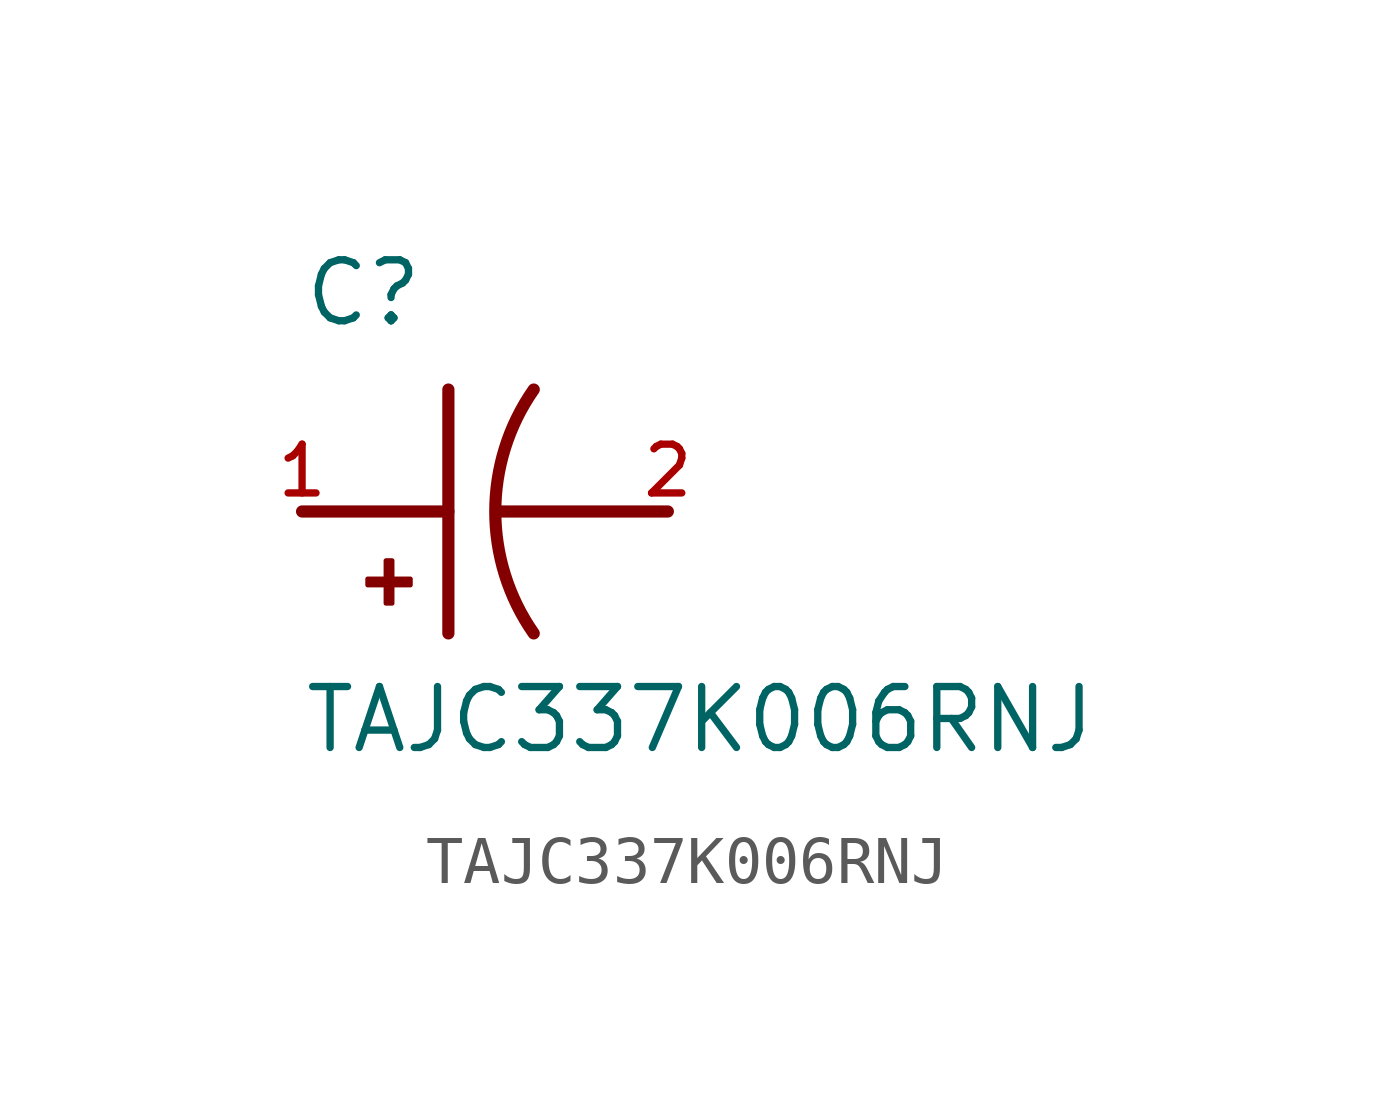
<source format=kicad_sym>
(kicad_symbol_lib
  (version 20211014)
  (generator kicad_symbol_editor)
  (symbol "TAJC337K006RNJ"
    (pin_names
      (offset 1.016))
    (property "Reference" "C"
      (at -5.08 3.81 0)
      (effects (font (size 1.27 1.27)) (justify bottom left)))
    (property "Value" "TAJC337K006RNJ"
      (at -5.08 -5.08 0)
      (effects (font (size 1.27 1.27)) (justify bottom left)))
    (symbol "TAJC337K006RNJ_0_0"
      (arc (start -0.254 -2.54) (mid -1.0549 -0.0) (end -0.254 2.54) (stroke (width 0.254) (type default) (color 0 0 0 0)) (fill (type none)))
      (polyline (pts (xy -1.016 0.0) (xy 2.54 0.0)) (stroke (width 0.254)))
      (polyline (pts (xy -5.08 0.0) (xy -2.032 0.0)) (stroke (width 0.254)))
      (polyline (pts (xy -2.032 2.54) (xy -2.032 -2.54)) (stroke (width 0.254)))
      (rectangle (start -3.713 -1.532) (end -2.824 -1.405) (stroke (width 0.1)) (fill (type outline)))
      (rectangle (start -3.332 -1.913) (end -3.205 -1.024) (stroke (width 0.1)) (fill (type outline)))
      (pin passive line (at -5.08 0.0 0) (length 0) (name "~" (effects (font (size 1.016 1.016)))) (number "1" (effects (font (size 1.016 1.016)))))
      (pin passive line (at 2.54 0.0 180.0) (length 0) (name "~" (effects (font (size 1.016 1.016)))) (number "2" (effects (font (size 1.016 1.016))))))))
</source>
